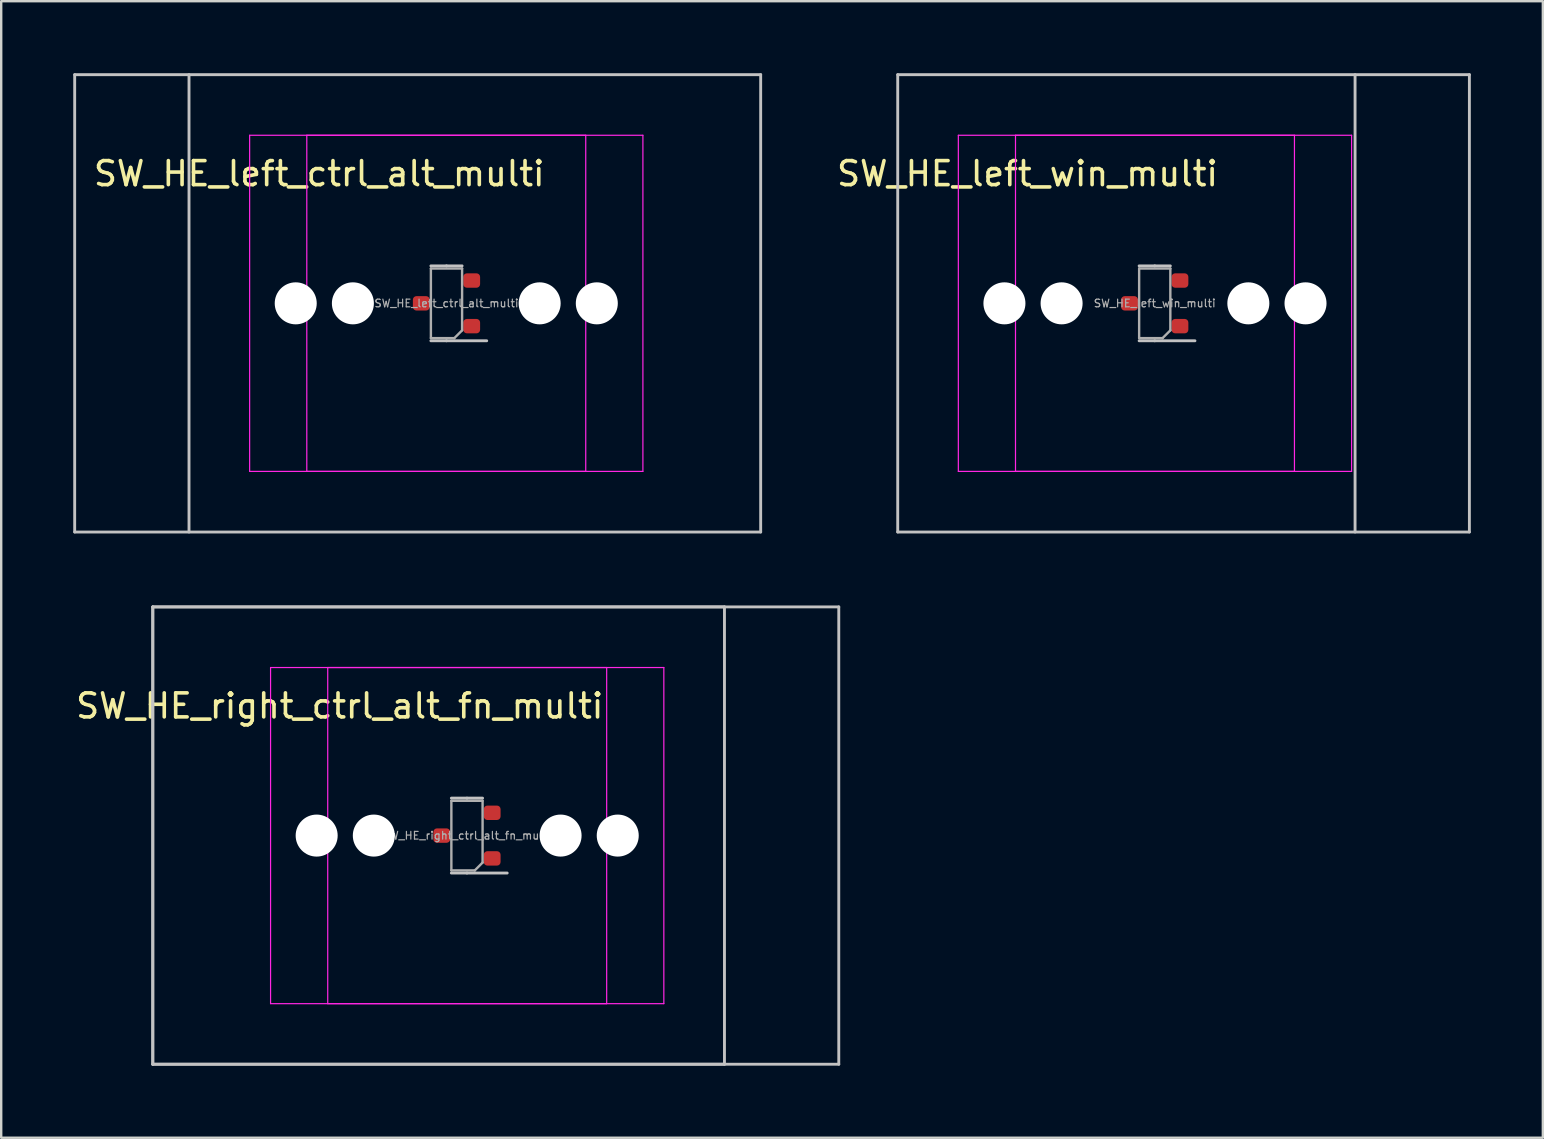
<source format=kicad_pcb>
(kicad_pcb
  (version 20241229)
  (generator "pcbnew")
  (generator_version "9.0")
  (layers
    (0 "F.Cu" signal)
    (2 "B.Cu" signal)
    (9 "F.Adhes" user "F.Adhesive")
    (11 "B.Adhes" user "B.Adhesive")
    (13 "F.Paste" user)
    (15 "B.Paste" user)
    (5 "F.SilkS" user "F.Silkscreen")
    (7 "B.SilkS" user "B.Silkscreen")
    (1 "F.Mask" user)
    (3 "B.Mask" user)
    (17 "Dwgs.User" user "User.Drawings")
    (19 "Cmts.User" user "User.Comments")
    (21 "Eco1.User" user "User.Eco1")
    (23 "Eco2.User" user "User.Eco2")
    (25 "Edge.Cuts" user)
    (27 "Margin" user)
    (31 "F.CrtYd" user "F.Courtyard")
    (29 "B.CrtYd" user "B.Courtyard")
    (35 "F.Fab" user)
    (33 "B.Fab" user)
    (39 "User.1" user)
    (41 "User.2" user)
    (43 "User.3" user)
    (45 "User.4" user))
  (footprint "SW_HE_left_ctrl_alt_multi"
    (layer "F.Cu")
    (at 14.348 9.585)
    (property "Reference" "SW_HE_left_ctrl_alt_multi" (at -4.1 -5.4 0) (layer "F.SilkS") (effects (font (size 1 1) (thickness 0.15))))
    (attr through_hole exclude_from_pos_files exclude_from_bom)
    (fp_line (start -14.287 -9.525) (end -14.287 9.525) (stroke (width 0.12) (type solid)) (layer "Dwgs.User"))
    (fp_line (start -14.287 9.525) (end 14.287 9.525) (stroke (width 0.12) (type solid)) (layer "Dwgs.User"))
    (fp_line (start -9.525 -9.525) (end -9.525 9.525) (stroke (width 0.12) (type solid)) (layer "Dwgs.User"))
    (fp_line (start 1.2 -1.56) (end 0.55 -1.56) (stroke (width 0.12) (type solid)) (layer "Dwgs.User"))
    (fp_line (start 1.2 -1.56) (end 1.85 -1.56) (stroke (width 0.12) (type solid)) (layer "Dwgs.User"))
    (fp_line (start 1.2 1.56) (end 0.55 1.56) (stroke (width 0.12) (type solid)) (layer "Dwgs.User"))
    (fp_line (start 1.2 1.56) (end 2.875 1.56) (stroke (width 0.12) (type solid)) (layer "Dwgs.User"))
    (fp_line (start 14.287 -9.525) (end -14.287 -9.525) (stroke (width 0.12) (type solid)) (layer "Dwgs.User"))
    (fp_line (start 14.287 9.525) (end 14.287 -9.525) (stroke (width 0.12) (type solid)) (layer "Dwgs.User"))
    (fp_line (start -7 6.5) (end -7 -6.5) (stroke (width 0.05) (type solid)) (layer "Eco2.User"))
    (fp_line (start -6.5 -7) (end 6.5 -7) (stroke (width 0.05) (type solid)) (layer "Eco2.User"))
    (fp_line (start -4.619 6.5) (end -4.619 -6.5) (stroke (width 0.05) (type solid)) (layer "Eco2.User"))
    (fp_line (start -4.119 -7) (end 8.881 -7) (stroke (width 0.05) (type solid)) (layer "Eco2.User"))
    (fp_line (start 6.5 7) (end -6.5 7) (stroke (width 0.05) (type solid)) (layer "Eco2.User"))
    (fp_line (start 7 -6.5) (end 7 6.5) (stroke (width 0.05) (type solid)) (layer "Eco2.User"))
    (fp_line (start 8.881 7) (end -4.119 7) (stroke (width 0.05) (type solid)) (layer "Eco2.User"))
    (fp_line (start 9.381 -6.5) (end 9.381 6.5) (stroke (width 0.05) (type solid)) (layer "Eco2.User"))
    (fp_arc (start -7 -6.5) (mid -6.853553 -6.853553) (end -6.5 -7) (stroke (width 0.05) (type solid)) (layer "Eco2.User"))
    (fp_arc (start -6.5 7) (mid -6.853553 6.853553) (end -7 6.5) (stroke (width 0.05) (type solid)) (layer "Eco2.User"))
    (fp_arc (start -4.61875 -6.5) (mid -4.472303 -6.853553) (end -4.11875 -7) (stroke (width 0.05) (type solid)) (layer "Eco2.User"))
    (fp_arc (start -4.11875 7) (mid -4.472303 6.853553) (end -4.61875 6.5) (stroke (width 0.05) (type solid)) (layer "Eco2.User"))
    (fp_arc (start 6.5 -7) (mid 6.853553 -6.853553) (end 7 -6.5) (stroke (width 0.05) (type solid)) (layer "Eco2.User"))
    (fp_arc (start 6.997236 6.498884) (mid 6.850791 6.852425) (end 6.497236 6.998884) (stroke (width 0.05) (type solid)) (layer "Eco2.User"))
    (fp_arc (start 8.88125 -7) (mid 9.234806 -6.853542) (end 9.38125 -6.5) (stroke (width 0.05) (type solid)) (layer "Eco2.User"))
    (fp_arc (start 9.378486 6.498884) (mid 9.232044 6.852443) (end 8.878486 6.998884) (stroke (width 0.05) (type solid)) (layer "Eco2.User"))
    (fp_line (start -7 -7) (end -7 7) (stroke (width 0.05) (type solid)) (layer "F.CrtYd"))
    (fp_line (start -7 7) (end 7 7) (stroke (width 0.05) (type solid)) (layer "F.CrtYd"))
    (fp_line (start -4.619 -7) (end -4.619 7) (stroke (width 0.05) (type solid)) (layer "F.CrtYd"))
    (fp_line (start -4.619 7) (end 9.381 7) (stroke (width 0.05) (type solid)) (layer "F.CrtYd"))
    (fp_line (start 7 -7) (end -7 -7) (stroke (width 0.05) (type solid)) (layer "F.CrtYd"))
    (fp_line (start 7 7) (end 7 -7) (stroke (width 0.05) (type solid)) (layer "F.CrtYd"))
    (fp_line (start 9.381 -7) (end -4.619 -7) (stroke (width 0.05) (type solid)) (layer "F.CrtYd"))
    (fp_line (start 9.381 7) (end 9.381 -7) (stroke (width 0.05) (type solid)) (layer "F.CrtYd"))
    (fp_line (start 0.55 -1.45) (end 1.85 -1.45) (stroke (width 0.1) (type solid)) (layer "F.Fab"))
    (fp_line (start 0.55 1.45) (end 0.55 -1.45) (stroke (width 0.1) (type solid)) (layer "F.Fab"))
    (fp_line (start 1.525 1.45) (end 0.55 1.45) (stroke (width 0.1) (type solid)) (layer "F.Fab"))
    (fp_line (start 1.85 -1.45) (end 1.85 1.125) (stroke (width 0.1) (type solid)) (layer "F.Fab"))
    (fp_line (start 1.85 1.125) (end 1.525 1.45) (stroke (width 0.1) (type solid)) (layer "F.Fab"))
    (fp_text user "${REFERENCE}" (at 1.2 0 180) (layer "F.Fab") (effects (font (size 0.32 0.32) (thickness 0.05))))
    (pad "" np_thru_hole circle (at -5.08 0) (size 1.75 1.75) (drill 1.75) (layers "*.Cu" "*.Mask"))
    (pad "" np_thru_hole circle (at -2.699 0) (size 1.75 1.75) (drill 1.75) (layers "*.Cu" "*.Mask"))
    (pad "" np_thru_hole circle (at 5.08 0) (size 1.75 1.75) (drill 1.75) (layers "*.Cu" "*.Mask"))
    (pad "" np_thru_hole circle (at 7.461 0) (size 1.75 1.75) (drill 1.75) (layers "*.Cu" "*.Mask"))
    (pad "1" smd roundrect (at 2.25 0.95 180) (size 0.7 0.6) (layers "F.Cu" "F.Mask" "F.Paste") (roundrect_rratio 0.25))
    (pad "2" smd roundrect (at 0.15 0 180) (size 0.7 0.6) (layers "F.Cu" "F.Mask" "F.Paste") (roundrect_rratio 0.25))
    (pad "3" smd roundrect (at 2.25 -0.95 180) (size 0.7 0.6) (layers "F.Cu" "F.Mask" "F.Paste") (roundrect_rratio 0.25))
    (zone (net_name "") (layers "F.Cu" "Dwgs.User") (hatch edge 0.508) (connect_pads) (min_thickness 0.254) (filled_areas_thickness no) (keepout (tracks allowed) (vias allowed) (pads allowed) (copperpour not_allowed) (footprints allowed)) (placement (enabled no)) (fill (island_removal_mode 2) (island_area_min 10)) (polygon (pts (xy 13.999 9.085) (xy 13.979 9.087) (xy 13.951 9.115) (xy 13.949 9.135) (xy 13.949 10.035) (xy 13.951 10.055) (xy 13.979 10.083) (xy 13.999 10.085) (xy 14.599 10.085) (xy 14.619 10.087) (xy 14.648 10.115) (xy 14.649 10.135) (xy 14.649 11.235) (xy 14.651 11.255) (xy 14.679 11.283) (xy 14.699 11.285) (xy 16.399 11.285) (xy 16.419 11.28) (xy 16.446 11.255) (xy 16.449 11.235) (xy 16.449 11.085) (xy 16.451 11.065) (xy 16.479 11.036) (xy 16.499 11.035) (xy 17.099 11.035) (xy 17.119 11.033) (xy 17.148 11.005) (xy 17.149 10.985) (xy 17.149 10.085) (xy 17.148 10.065) (xy 17.119 10.037) (xy 17.099 10.035) (xy 16.499 10.035) (xy 16.479 10.033) (xy 16.451 10.005) (xy 16.449 9.985) (xy 16.449 9.185) (xy 16.451 9.165) (xy 16.479 9.137) (xy 16.499 9.135) (xy 17.099 9.135) (xy 17.119 9.133) (xy 17.148 9.105) (xy 17.149 9.085) (xy 17.149 8.185) (xy 17.148 8.165) (xy 17.119 8.137) (xy 17.099 8.135) (xy 16.499 8.135) (xy 16.479 8.133) (xy 16.451 8.105) (xy 16.449 8.085) (xy 16.449 7.935) (xy 16.448 7.915) (xy 16.419 7.887) (xy 16.399 7.885) (xy 14.699 7.885) (xy 14.679 7.887) (xy 14.651 7.915) (xy 14.649 7.935) (xy 14.649 9.035) (xy 14.648 9.055) (xy 14.619 9.083) (xy 14.599 9.085)))))
  (footprint "SW_HE_right_ctrl_alt_fn_multi"
    (layer "F.Cu")
    (at 17.601 31.755)
    (property "Reference" "SW_HE_right_ctrl_alt_fn_multi" (at -6.5 -5.4 0) (layer "F.SilkS") (effects (font (size 1 1) (thickness 0.15))))
    (attr through_hole exclude_from_pos_files exclude_from_bom)
    (fp_line (start -14.287 -9.525) (end -14.287 9.525) (stroke (width 0.12) (type solid)) (layer "Dwgs.User"))
    (fp_line (start -14.287 -9.525) (end -14.287 9.525) (stroke (width 0.12) (type solid)) (layer "Dwgs.User"))
    (fp_line (start -14.287 9.525) (end 9.525 9.525) (stroke (width 0.12) (type solid)) (layer "Dwgs.User"))
    (fp_line (start -14.287 9.525) (end 14.287 9.525) (stroke (width 0.12) (type solid)) (layer "Dwgs.User"))
    (fp_line (start -1.2 -1.56) (end -1.85 -1.56) (stroke (width 0.12) (type solid)) (layer "Dwgs.User"))
    (fp_line (start -1.2 -1.56) (end -0.55 -1.56) (stroke (width 0.12) (type solid)) (layer "Dwgs.User"))
    (fp_line (start -1.2 1.56) (end -1.85 1.56) (stroke (width 0.12) (type solid)) (layer "Dwgs.User"))
    (fp_line (start -1.2 1.56) (end 0.475 1.56) (stroke (width 0.12) (type solid)) (layer "Dwgs.User"))
    (fp_line (start 9.525 -9.525) (end -14.287 -9.525) (stroke (width 0.12) (type solid)) (layer "Dwgs.User"))
    (fp_line (start 9.525 9.525) (end 9.525 -9.525) (stroke (width 0.12) (type solid)) (layer "Dwgs.User"))
    (fp_line (start 14.287 -9.525) (end -14.287 -9.525) (stroke (width 0.12) (type solid)) (layer "Dwgs.User"))
    (fp_line (start 14.287 9.525) (end 14.287 -9.525) (stroke (width 0.12) (type solid)) (layer "Dwgs.User"))
    (fp_line (start -9.381 6.5) (end -9.381 -6.5) (stroke (width 0.05) (type solid)) (layer "Eco2.User"))
    (fp_line (start -8.881 -7) (end 4.119 -7) (stroke (width 0.05) (type solid)) (layer "Eco2.User"))
    (fp_line (start -7 6.5) (end -7 -6.5) (stroke (width 0.05) (type solid)) (layer "Eco2.User"))
    (fp_line (start -6.5 -7) (end 6.5 -7) (stroke (width 0.05) (type solid)) (layer "Eco2.User"))
    (fp_line (start 4.119 7) (end -8.881 7) (stroke (width 0.05) (type solid)) (layer "Eco2.User"))
    (fp_line (start 4.619 -6.5) (end 4.619 6.5) (stroke (width 0.05) (type solid)) (layer "Eco2.User"))
    (fp_line (start 6.5 7) (end -6.5 7) (stroke (width 0.05) (type solid)) (layer "Eco2.User"))
    (fp_line (start 7 -6.5) (end 7 6.5) (stroke (width 0.05) (type solid)) (layer "Eco2.User"))
    (fp_arc (start -9.38125 -6.5) (mid -9.234803 -6.853553) (end -8.88125 -7) (stroke (width 0.05) (type solid)) (layer "Eco2.User"))
    (fp_arc (start -8.88125 7) (mid -9.234803 6.853553) (end -9.38125 6.5) (stroke (width 0.05) (type solid)) (layer "Eco2.User"))
    (fp_arc (start -7 -6.5) (mid -6.853553 -6.853553) (end -6.5 -7) (stroke (width 0.05) (type solid)) (layer "Eco2.User"))
    (fp_arc (start -6.5 7) (mid -6.853553 6.853553) (end -7 6.5) (stroke (width 0.05) (type solid)) (layer "Eco2.User"))
    (fp_arc (start 4.11875 -7) (mid 4.472271 -6.853536) (end 4.61875 -6.5) (stroke (width 0.05) (type solid)) (layer "Eco2.User"))
    (fp_arc (start 4.615986 6.498884) (mid 4.469544 6.852443) (end 4.115986 6.998884) (stroke (width 0.05) (type solid)) (layer "Eco2.User"))
    (fp_arc (start 6.5 -7) (mid 6.853553 -6.853553) (end 7 -6.5) (stroke (width 0.05) (type solid)) (layer "Eco2.User"))
    (fp_arc (start 6.997236 6.498884) (mid 6.850806 6.852455) (end 6.497236 6.998884) (stroke (width 0.05) (type solid)) (layer "Eco2.User"))
    (fp_line (start -9.381 -7) (end -9.381 7) (stroke (width 0.05) (type solid)) (layer "F.CrtYd"))
    (fp_line (start -9.381 7) (end 4.619 7) (stroke (width 0.05) (type solid)) (layer "F.CrtYd"))
    (fp_line (start -7 -7) (end -7 7) (stroke (width 0.05) (type solid)) (layer "F.CrtYd"))
    (fp_line (start -7 7) (end 7 7) (stroke (width 0.05) (type solid)) (layer "F.CrtYd"))
    (fp_line (start 4.619 -7) (end -9.381 -7) (stroke (width 0.05) (type solid)) (layer "F.CrtYd"))
    (fp_line (start 4.619 7) (end 4.619 -7) (stroke (width 0.05) (type solid)) (layer "F.CrtYd"))
    (fp_line (start 7 -7) (end -7 -7) (stroke (width 0.05) (type solid)) (layer "F.CrtYd"))
    (fp_line (start 7 7) (end 7 -7) (stroke (width 0.05) (type solid)) (layer "F.CrtYd"))
    (fp_line (start -1.85 -1.45) (end -0.55 -1.45) (stroke (width 0.1) (type solid)) (layer "F.Fab"))
    (fp_line (start -1.85 1.45) (end -1.85 -1.45) (stroke (width 0.1) (type solid)) (layer "F.Fab"))
    (fp_line (start -0.875 1.45) (end -1.85 1.45) (stroke (width 0.1) (type solid)) (layer "F.Fab"))
    (fp_line (start -0.55 -1.45) (end -0.55 1.125) (stroke (width 0.1) (type solid)) (layer "F.Fab"))
    (fp_line (start -0.55 1.125) (end -0.875 1.45) (stroke (width 0.1) (type solid)) (layer "F.Fab"))
    (fp_text user "${REFERENCE}" (at -1.2 0 180) (layer "F.Fab") (effects (font (size 0.32 0.32) (thickness 0.05))))
    (pad "" np_thru_hole circle (at -7.461 0) (size 1.75 1.75) (drill 1.75) (layers "*.Cu" "*.Mask"))
    (pad "" np_thru_hole circle (at -5.08 0) (size 1.75 1.75) (drill 1.75) (layers "*.Cu" "*.Mask"))
    (pad "" np_thru_hole circle (at 2.699 0) (size 1.75 1.75) (drill 1.75) (layers "*.Cu" "*.Mask"))
    (pad "" np_thru_hole circle (at 5.08 0) (size 1.75 1.75) (drill 1.75) (layers "*.Cu" "*.Mask"))
    (pad "1" smd roundrect (at -0.15 0.95 180) (size 0.7 0.6) (layers "F.Cu" "F.Mask" "F.Paste") (roundrect_rratio 0.25))
    (pad "2" smd roundrect (at -2.25 0 180) (size 0.7 0.6) (layers "F.Cu" "F.Mask" "F.Paste") (roundrect_rratio 0.25))
    (pad "3" smd roundrect (at -0.15 -0.95 180) (size 0.7 0.6) (layers "F.Cu" "F.Mask" "F.Paste") (roundrect_rratio 0.25))
    (zone (net_name "") (layers "F.Cu" "Dwgs.User") (hatch edge 0.508) (connect_pads) (min_thickness 0.254) (filled_areas_thickness no) (keepout (tracks allowed) (vias allowed) (pads allowed) (copperpour not_allowed) (footprints allowed)) (placement (enabled no)) (fill (island_removal_mode 2) (island_area_min 10)) (polygon (pts (xy 14.853 31.255) (xy 14.833 31.257) (xy 14.805 31.285) (xy 14.803 31.305) (xy 14.803 32.205) (xy 14.805 32.225) (xy 14.833 32.253) (xy 14.853 32.255) (xy 15.453 32.255) (xy 15.473 32.257) (xy 15.501 32.285) (xy 15.503 32.305) (xy 15.503 33.405) (xy 15.505 33.425) (xy 15.533 33.453) (xy 15.553 33.455) (xy 17.253 33.455) (xy 17.273 33.45) (xy 17.3 33.425) (xy 17.303 33.405) (xy 17.303 33.255) (xy 17.305 33.235) (xy 17.333 33.206) (xy 17.353 33.205) (xy 17.953 33.205) (xy 17.973 33.203) (xy 18.001 33.175) (xy 18.003 33.155) (xy 18.003 32.255) (xy 18.001 32.235) (xy 17.973 32.207) (xy 17.953 32.205) (xy 17.353 32.205) (xy 17.333 32.203) (xy 17.305 32.175) (xy 17.303 32.155) (xy 17.303 31.355) (xy 17.305 31.335) (xy 17.333 31.307) (xy 17.353 31.305) (xy 17.953 31.305) (xy 17.973 31.303) (xy 18.001 31.275) (xy 18.003 31.255) (xy 18.003 30.355) (xy 18.001 30.335) (xy 17.973 30.307) (xy 17.953 30.305) (xy 17.353 30.305) (xy 17.333 30.303) (xy 17.305 30.275) (xy 17.303 30.255) (xy 17.303 30.105) (xy 17.301 30.085) (xy 17.273 30.057) (xy 17.253 30.055) (xy 15.553 30.055) (xy 15.533 30.057) (xy 15.505 30.085) (xy 15.503 30.105) (xy 15.503 31.205) (xy 15.501 31.225) (xy 15.473 31.253) (xy 15.453 31.255)))))
  (footprint "SW_HE_left_win_multi"
    (layer "F.Cu")
    (at 46.249 9.585)
    (property "Reference" "SW_HE_left_win_multi" (at -6.5 -5.4 0) (layer "F.SilkS") (effects (font (size 1 1) (thickness 0.15))))
    (attr through_hole exclude_from_pos_files exclude_from_bom)
    (fp_line (start -11.906 -9.525) (end -11.906 9.525) (stroke (width 0.12) (type solid)) (layer "Dwgs.User"))
    (fp_line (start -11.906 9.525) (end 11.906 9.525) (stroke (width 0.12) (type solid)) (layer "Dwgs.User"))
    (fp_line (start -1.2 -1.56) (end -1.85 -1.56) (stroke (width 0.12) (type solid)) (layer "Dwgs.User"))
    (fp_line (start -1.2 -1.56) (end -0.55 -1.56) (stroke (width 0.12) (type solid)) (layer "Dwgs.User"))
    (fp_line (start -1.2 1.56) (end -1.85 1.56) (stroke (width 0.12) (type solid)) (layer "Dwgs.User"))
    (fp_line (start -1.2 1.56) (end 0.475 1.56) (stroke (width 0.12) (type solid)) (layer "Dwgs.User"))
    (fp_line (start 7.144 9.525) (end 7.144 -9.525) (stroke (width 0.12) (type solid)) (layer "Dwgs.User"))
    (fp_line (start 11.906 -9.525) (end -11.906 -9.525) (stroke (width 0.12) (type solid)) (layer "Dwgs.User"))
    (fp_line (start 11.906 9.525) (end 11.906 -9.525) (stroke (width 0.12) (type solid)) (layer "Dwgs.User"))
    (fp_line (start -9.381 6.5) (end -9.381 -6.5) (stroke (width 0.05) (type solid)) (layer "Eco2.User"))
    (fp_line (start -8.881 -7) (end 4.119 -7) (stroke (width 0.05) (type solid)) (layer "Eco2.User"))
    (fp_line (start -7 6.5) (end -7 -6.5) (stroke (width 0.05) (type solid)) (layer "Eco2.User"))
    (fp_line (start -6.5 -7) (end 6.5 -7) (stroke (width 0.05) (type solid)) (layer "Eco2.User"))
    (fp_line (start 4.119 7) (end -8.881 7) (stroke (width 0.05) (type solid)) (layer "Eco2.User"))
    (fp_line (start 4.619 -6.5) (end 4.619 6.5) (stroke (width 0.05) (type solid)) (layer "Eco2.User"))
    (fp_line (start 6.5 7) (end -6.5 7) (stroke (width 0.05) (type solid)) (layer "Eco2.User"))
    (fp_line (start 7 -6.5) (end 7 6.5) (stroke (width 0.05) (type solid)) (layer "Eco2.User"))
    (fp_arc (start -9.38125 -6.5) (mid -9.234803 -6.853553) (end -8.88125 -7) (stroke (width 0.05) (type solid)) (layer "Eco2.User"))
    (fp_arc (start -8.88125 7) (mid -9.234803 6.853553) (end -9.38125 6.5) (stroke (width 0.05) (type solid)) (layer "Eco2.User"))
    (fp_arc (start -7 -6.5) (mid -6.853553 -6.853553) (end -6.5 -7) (stroke (width 0.05) (type solid)) (layer "Eco2.User"))
    (fp_arc (start -6.5 7) (mid -6.853553 6.853553) (end -7 6.5) (stroke (width 0.05) (type solid)) (layer "Eco2.User"))
    (fp_arc (start 4.11875 -7) (mid 4.472303 -6.853553) (end 4.61875 -6.5) (stroke (width 0.05) (type solid)) (layer "Eco2.User"))
    (fp_arc (start 4.615986 6.498884) (mid 4.469541 6.852425) (end 4.115986 6.998884) (stroke (width 0.05) (type solid)) (layer "Eco2.User"))
    (fp_arc (start 6.5 -7) (mid 6.853553 -6.853553) (end 7 -6.5) (stroke (width 0.05) (type solid)) (layer "Eco2.User"))
    (fp_arc (start 6.997236 6.498884) (mid 6.850789 6.852437) (end 6.497236 6.998884) (stroke (width 0.05) (type solid)) (layer "Eco2.User"))
    (fp_line (start -9.381 -7) (end -9.381 7) (stroke (width 0.05) (type solid)) (layer "F.CrtYd"))
    (fp_line (start -9.381 7) (end 4.619 7) (stroke (width 0.05) (type solid)) (layer "F.CrtYd"))
    (fp_line (start -7 -7) (end -7 7) (stroke (width 0.05) (type solid)) (layer "F.CrtYd"))
    (fp_line (start -7 7) (end 7 7) (stroke (width 0.05) (type solid)) (layer "F.CrtYd"))
    (fp_line (start 4.619 -7) (end -9.381 -7) (stroke (width 0.05) (type solid)) (layer "F.CrtYd"))
    (fp_line (start 4.619 7) (end 4.619 -7) (stroke (width 0.05) (type solid)) (layer "F.CrtYd"))
    (fp_line (start 7 -7) (end -7 -7) (stroke (width 0.05) (type solid)) (layer "F.CrtYd"))
    (fp_line (start 7 7) (end 7 -7) (stroke (width 0.05) (type solid)) (layer "F.CrtYd"))
    (fp_line (start -1.85 -1.45) (end -0.55 -1.45) (stroke (width 0.1) (type solid)) (layer "F.Fab"))
    (fp_line (start -1.85 1.45) (end -1.85 -1.45) (stroke (width 0.1) (type solid)) (layer "F.Fab"))
    (fp_line (start -0.875 1.45) (end -1.85 1.45) (stroke (width 0.1) (type solid)) (layer "F.Fab"))
    (fp_line (start -0.55 -1.45) (end -0.55 1.125) (stroke (width 0.1) (type solid)) (layer "F.Fab"))
    (fp_line (start -0.55 1.125) (end -0.875 1.45) (stroke (width 0.1) (type solid)) (layer "F.Fab"))
    (fp_text user "${REFERENCE}" (at -1.2 0 180) (layer "F.Fab") (effects (font (size 0.32 0.32) (thickness 0.05))))
    (pad "" np_thru_hole circle (at -7.461 0) (size 1.75 1.75) (drill 1.75) (layers "*.Cu" "*.Mask"))
    (pad "" np_thru_hole circle (at -5.08 0) (size 1.75 1.75) (drill 1.75) (layers "*.Cu" "*.Mask"))
    (pad "" np_thru_hole circle (at 2.699 0) (size 1.75 1.75) (drill 1.75) (layers "*.Cu" "*.Mask"))
    (pad "" np_thru_hole circle (at 5.08 0) (size 1.75 1.75) (drill 1.75) (layers "*.Cu" "*.Mask"))
    (pad "1" smd roundrect (at -0.15 0.95 180) (size 0.7 0.6) (layers "F.Cu" "F.Mask" "F.Paste") (roundrect_rratio 0.25))
    (pad "2" smd roundrect (at -2.25 0 180) (size 0.7 0.6) (layers "F.Cu" "F.Mask" "F.Paste") (roundrect_rratio 0.25))
    (pad "3" smd roundrect (at -0.15 -0.95 180) (size 0.7 0.6) (layers "F.Cu" "F.Mask" "F.Paste") (roundrect_rratio 0.25))
    (zone (net_name "") (layers "F.Cu" "Dwgs.User") (hatch edge 0.508) (connect_pads) (min_thickness 0.254) (filled_areas_thickness no) (keepout (tracks allowed) (vias allowed) (pads allowed) (copperpour not_allowed) (footprints allowed)) (placement (enabled no)) (fill (island_removal_mode 2) (island_area_min 10)) (polygon (pts (xy 43.5 9.085) (xy 43.481 9.087) (xy 43.452 9.115) (xy 43.45 9.135) (xy 43.45 10.035) (xy 43.452 10.055) (xy 43.481 10.083) (xy 43.5 10.085) (xy 44.1 10.085) (xy 44.12 10.087) (xy 44.149 10.115) (xy 44.15 10.135) (xy 44.15 11.235) (xy 44.152 11.255) (xy 44.181 11.283) (xy 44.2 11.285) (xy 45.9 11.285) (xy 45.92 11.28) (xy 45.948 11.255) (xy 45.95 11.235) (xy 45.95 11.085) (xy 45.953 11.065) (xy 45.981 11.036) (xy 46 11.035) (xy 46.6 11.035) (xy 46.62 11.033) (xy 46.649 11.005) (xy 46.65 10.985) (xy 46.65 10.085) (xy 46.649 10.065) (xy 46.62 10.037) (xy 46.6 10.035) (xy 46 10.035) (xy 45.981 10.033) (xy 45.952 10.005) (xy 45.95 9.985) (xy 45.95 9.185) (xy 45.952 9.165) (xy 45.981 9.137) (xy 46 9.135) (xy 46.6 9.135) (xy 46.62 9.133) (xy 46.649 9.105) (xy 46.65 9.085) (xy 46.65 8.185) (xy 46.649 8.165) (xy 46.62 8.137) (xy 46.6 8.135) (xy 46 8.135) (xy 45.981 8.133) (xy 45.952 8.105) (xy 45.95 8.085) (xy 45.95 7.935) (xy 45.949 7.915) (xy 45.92 7.887) (xy 45.9 7.885) (xy 44.2 7.885) (xy 44.181 7.887) (xy 44.152 7.915) (xy 44.15 7.935) (xy 44.15 9.035) (xy 44.149 9.055) (xy 44.12 9.083) (xy 44.1 9.085)))))
  (gr_rect
    (start -3 -3)
    (end 61.215 44.34)
    (stroke (width 0.1) (type default))
    (fill no)
    (layer "Edge.Cuts")))
</source>
